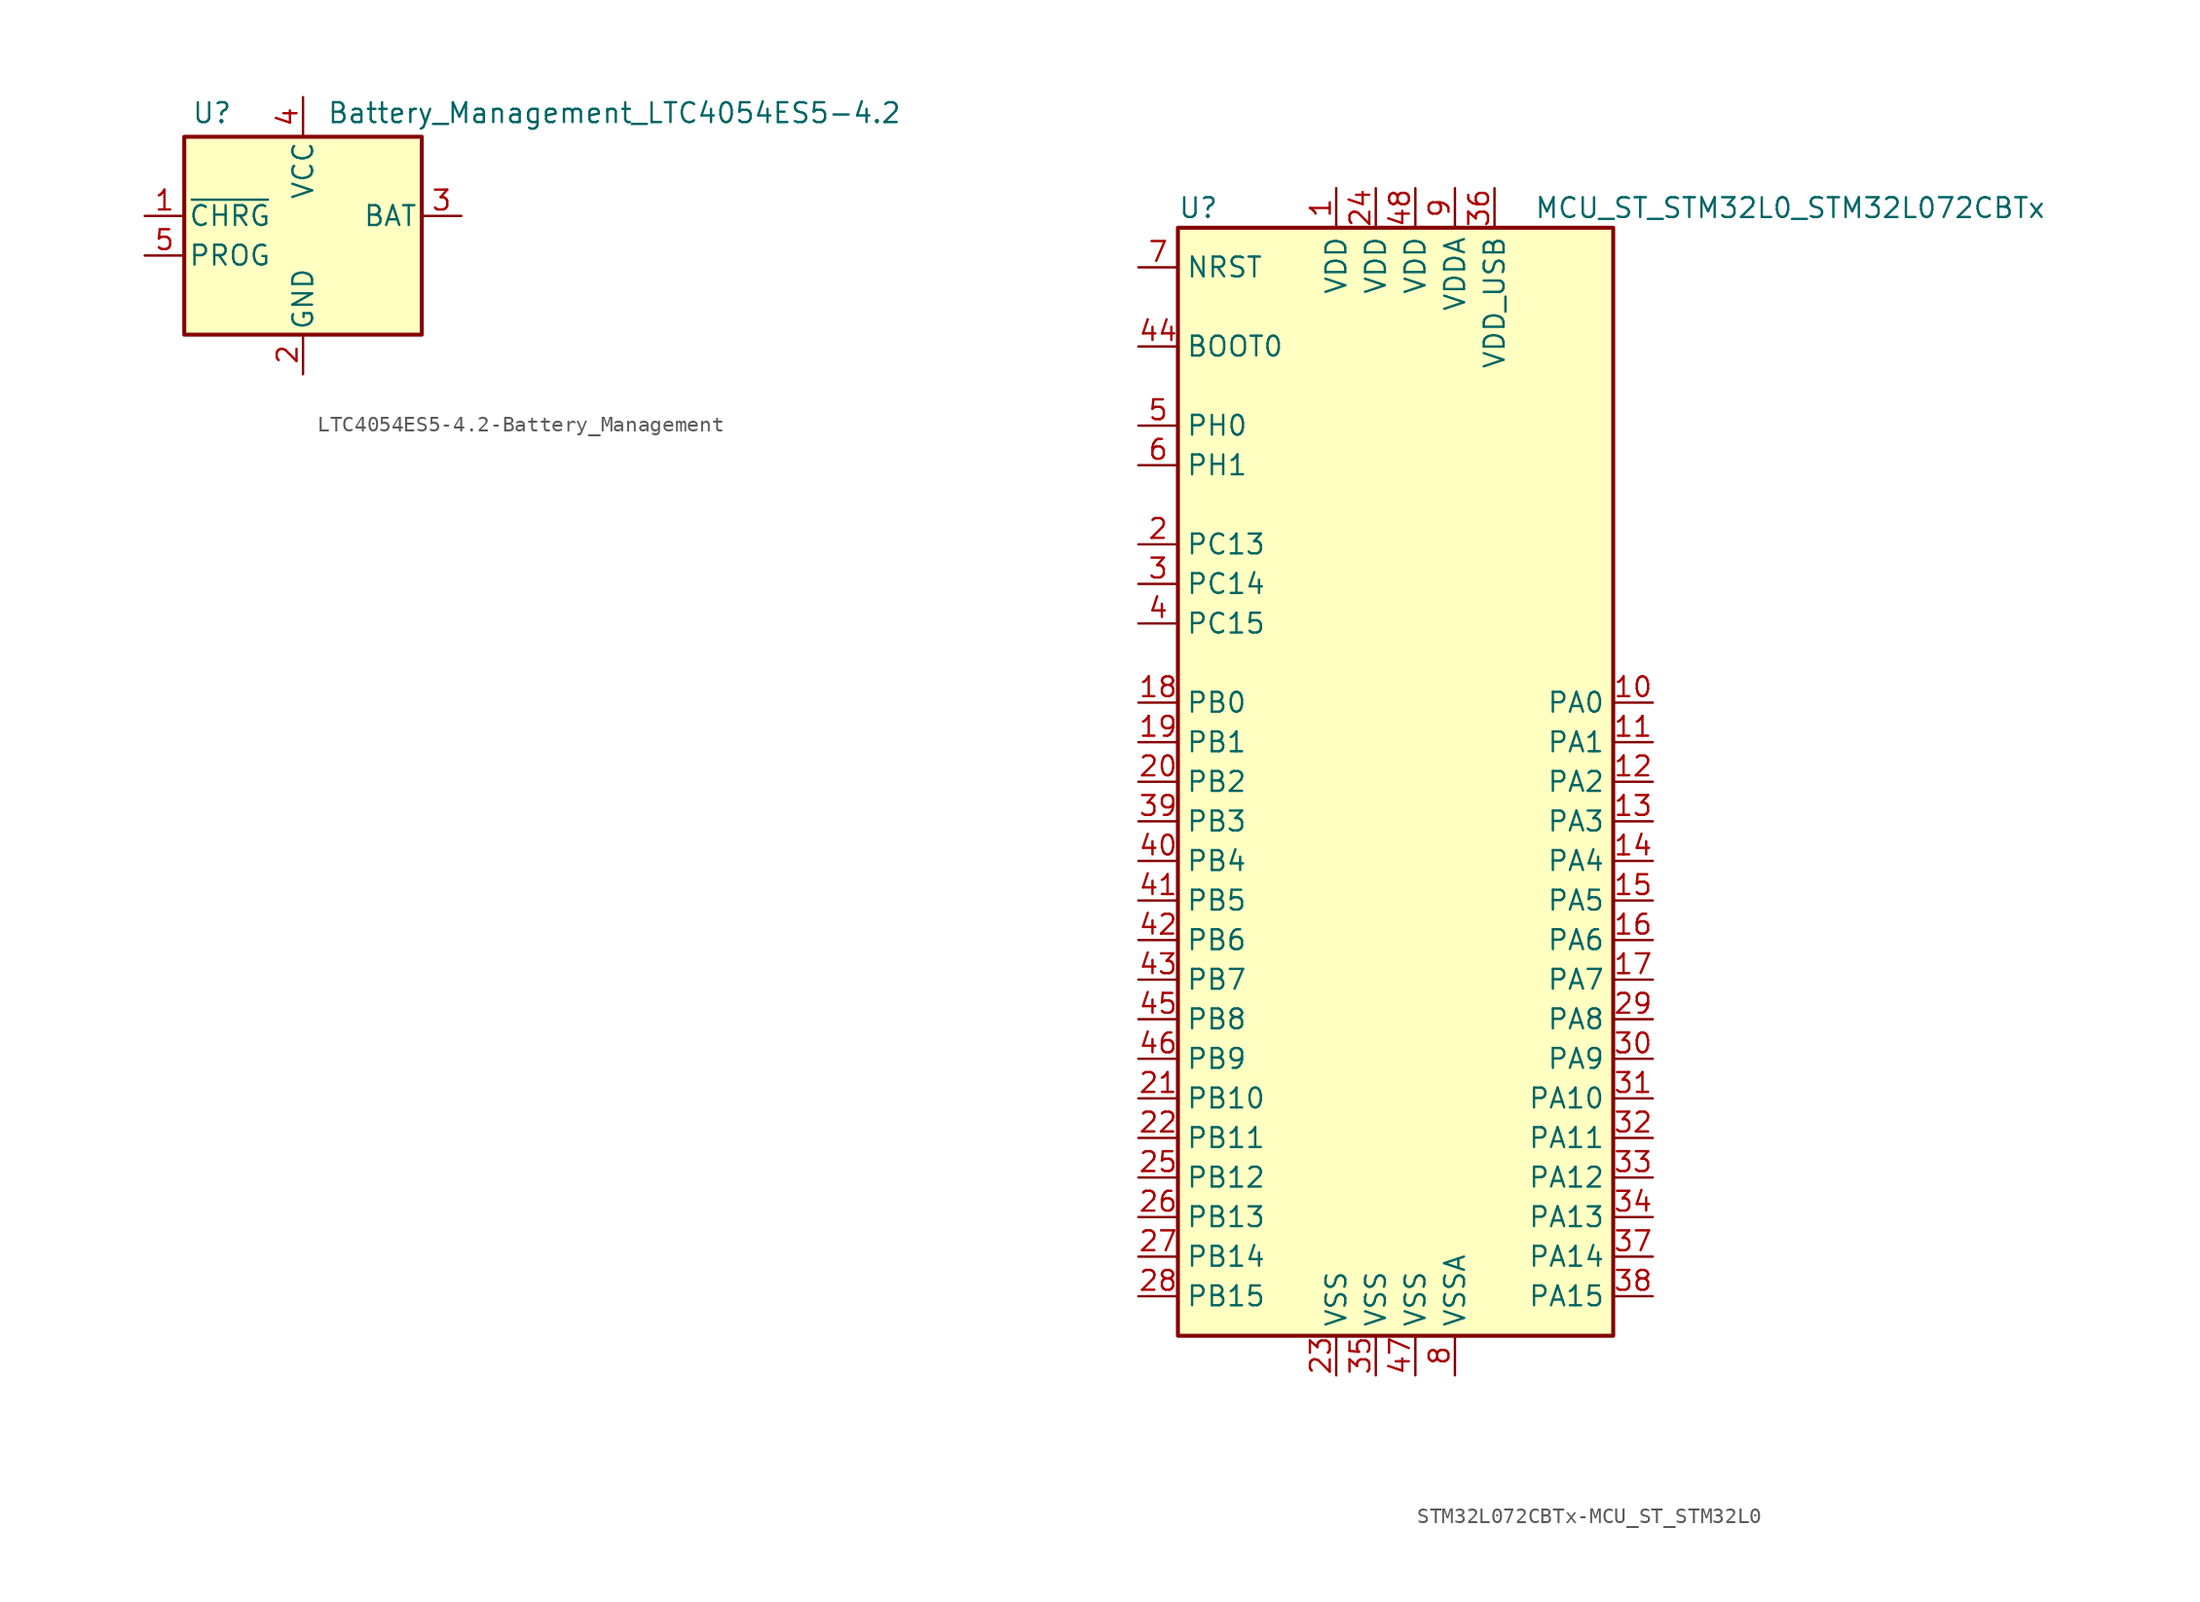
<source format=kicad_sym>
(kicad_symbol_lib
  (version 20220914)
  (generator kicad_symbol_editor)
  (symbol "LTC4054ES5-4.2-Battery_Management"
    (pin_names
      (offset 0.254))
    (property "Reference" "U"
      (at -5.842 6.604 0)
      (effects (font (size 1.27 1.27))))
    (property "Value" "Battery_Management_LTC4054ES5-4.2"
      (at 1.524 6.604 0)
      (effects (font (size 1.27 1.27)) (justify left)))
    (symbol "LTC4054ES5-4.2-Battery_Management_0_1"
      (rectangle (start -7.62 5.08) (end 7.62 -7.62) (stroke (width 0.254) (type solid)) (fill (type background))))
    (symbol "LTC4054ES5-4.2-Battery_Management_1_1"
      (pin open_collector line (at -10.16 0 0) (length 2.54) (name "~{CHRG}" (effects (font (size 1.27 1.27)))) (number "1" (effects (font (size 1.27 1.27)))))
      (pin power_in line (at 0 -10.16 90) (length 2.54) (name "GND" (effects (font (size 1.27 1.27)))) (number "2" (effects (font (size 1.27 1.27)))))
      (pin power_out line (at 10.16 0 180) (length 2.54) (name "BAT" (effects (font (size 1.27 1.27)))) (number "3" (effects (font (size 1.27 1.27)))))
      (pin power_in line (at 0 7.62 270) (length 2.54) (name "VCC" (effects (font (size 1.27 1.27)))) (number "4" (effects (font (size 1.27 1.27)))))
      (pin bidirectional line (at -10.16 -2.54 0) (length 2.54) (name "PROG" (effects (font (size 1.27 1.27)))) (number "5" (effects (font (size 1.27 1.27)))))))
  (symbol "STM32L072CBTx-MCU_ST_STM32L0"
    (property "Reference" "U"
      (at -15.24 36.83 0)
      (effects (font (size 1.27 1.27)) (justify left)))
    (property "Value" "MCU_ST_STM32L0_STM32L072CBTx"
      (at 7.62 36.83 0)
      (effects (font (size 1.27 1.27)) (justify left)))
    (symbol "STM32L072CBTx-MCU_ST_STM32L0_0_1"
      (rectangle (start -15.24 -35.56) (end 12.7 35.56) (stroke (width 0.254) (type solid)) (fill (type background))))
    (symbol "STM32L072CBTx-MCU_ST_STM32L0_1_1"
      (pin power_in line (at -5.08 38.1 270) (length 2.54) (name "VDD" (effects (font (size 1.27 1.27)))) (number "1" (effects (font (size 1.27 1.27)))))
      (pin bidirectional line (at 15.24 5.08 180) (length 2.54) (name "PA0" (effects (font (size 1.27 1.27)))) (number "10" (effects (font (size 1.27 1.27)))))
      (pin bidirectional line (at 15.24 2.54 180) (length 2.54) (name "PA1" (effects (font (size 1.27 1.27)))) (number "11" (effects (font (size 1.27 1.27)))))
      (pin bidirectional line (at 15.24 0 180) (length 2.54) (name "PA2" (effects (font (size 1.27 1.27)))) (number "12" (effects (font (size 1.27 1.27)))))
      (pin bidirectional line (at 15.24 -2.54 180) (length 2.54) (name "PA3" (effects (font (size 1.27 1.27)))) (number "13" (effects (font (size 1.27 1.27)))))
      (pin bidirectional line (at 15.24 -5.08 180) (length 2.54) (name "PA4" (effects (font (size 1.27 1.27)))) (number "14" (effects (font (size 1.27 1.27)))))
      (pin bidirectional line (at 15.24 -7.62 180) (length 2.54) (name "PA5" (effects (font (size 1.27 1.27)))) (number "15" (effects (font (size 1.27 1.27)))))
      (pin bidirectional line (at 15.24 -10.16 180) (length 2.54) (name "PA6" (effects (font (size 1.27 1.27)))) (number "16" (effects (font (size 1.27 1.27)))))
      (pin bidirectional line (at 15.24 -12.7 180) (length 2.54) (name "PA7" (effects (font (size 1.27 1.27)))) (number "17" (effects (font (size 1.27 1.27)))))
      (pin bidirectional line (at -17.78 5.08 0) (length 2.54) (name "PB0" (effects (font (size 1.27 1.27)))) (number "18" (effects (font (size 1.27 1.27)))))
      (pin bidirectional line (at -17.78 2.54 0) (length 2.54) (name "PB1" (effects (font (size 1.27 1.27)))) (number "19" (effects (font (size 1.27 1.27)))))
      (pin bidirectional line (at -17.78 15.24 0) (length 2.54) (name "PC13" (effects (font (size 1.27 1.27)))) (number "2" (effects (font (size 1.27 1.27)))))
      (pin bidirectional line (at -17.78 0 0) (length 2.54) (name "PB2" (effects (font (size 1.27 1.27)))) (number "20" (effects (font (size 1.27 1.27)))))
      (pin bidirectional line (at -17.78 -20.32 0) (length 2.54) (name "PB10" (effects (font (size 1.27 1.27)))) (number "21" (effects (font (size 1.27 1.27)))))
      (pin bidirectional line (at -17.78 -22.86 0) (length 2.54) (name "PB11" (effects (font (size 1.27 1.27)))) (number "22" (effects (font (size 1.27 1.27)))))
      (pin power_in line (at -5.08 -38.1 90) (length 2.54) (name "VSS" (effects (font (size 1.27 1.27)))) (number "23" (effects (font (size 1.27 1.27)))))
      (pin power_in line (at -2.54 38.1 270) (length 2.54) (name "VDD" (effects (font (size 1.27 1.27)))) (number "24" (effects (font (size 1.27 1.27)))))
      (pin bidirectional line (at -17.78 -25.4 0) (length 2.54) (name "PB12" (effects (font (size 1.27 1.27)))) (number "25" (effects (font (size 1.27 1.27)))))
      (pin bidirectional line (at -17.78 -27.94 0) (length 2.54) (name "PB13" (effects (font (size 1.27 1.27)))) (number "26" (effects (font (size 1.27 1.27)))))
      (pin bidirectional line (at -17.78 -30.48 0) (length 2.54) (name "PB14" (effects (font (size 1.27 1.27)))) (number "27" (effects (font (size 1.27 1.27)))))
      (pin bidirectional line (at -17.78 -33.02 0) (length 2.54) (name "PB15" (effects (font (size 1.27 1.27)))) (number "28" (effects (font (size 1.27 1.27)))))
      (pin bidirectional line (at 15.24 -15.24 180) (length 2.54) (name "PA8" (effects (font (size 1.27 1.27)))) (number "29" (effects (font (size 1.27 1.27)))))
      (pin bidirectional line (at -17.78 12.7 0) (length 2.54) (name "PC14" (effects (font (size 1.27 1.27)))) (number "3" (effects (font (size 1.27 1.27)))))
      (pin bidirectional line (at 15.24 -17.78 180) (length 2.54) (name "PA9" (effects (font (size 1.27 1.27)))) (number "30" (effects (font (size 1.27 1.27)))))
      (pin bidirectional line (at 15.24 -20.32 180) (length 2.54) (name "PA10" (effects (font (size 1.27 1.27)))) (number "31" (effects (font (size 1.27 1.27)))))
      (pin bidirectional line (at 15.24 -22.86 180) (length 2.54) (name "PA11" (effects (font (size 1.27 1.27)))) (number "32" (effects (font (size 1.27 1.27)))))
      (pin bidirectional line (at 15.24 -25.4 180) (length 2.54) (name "PA12" (effects (font (size 1.27 1.27)))) (number "33" (effects (font (size 1.27 1.27)))))
      (pin bidirectional line (at 15.24 -27.94 180) (length 2.54) (name "PA13" (effects (font (size 1.27 1.27)))) (number "34" (effects (font (size 1.27 1.27)))))
      (pin power_in line (at -2.54 -38.1 90) (length 2.54) (name "VSS" (effects (font (size 1.27 1.27)))) (number "35" (effects (font (size 1.27 1.27)))))
      (pin power_in line (at 5.08 38.1 270) (length 2.54) (name "VDD_USB" (effects (font (size 1.27 1.27)))) (number "36" (effects (font (size 1.27 1.27)))))
      (pin bidirectional line (at 15.24 -30.48 180) (length 2.54) (name "PA14" (effects (font (size 1.27 1.27)))) (number "37" (effects (font (size 1.27 1.27)))))
      (pin bidirectional line (at 15.24 -33.02 180) (length 2.54) (name "PA15" (effects (font (size 1.27 1.27)))) (number "38" (effects (font (size 1.27 1.27)))))
      (pin bidirectional line (at -17.78 -2.54 0) (length 2.54) (name "PB3" (effects (font (size 1.27 1.27)))) (number "39" (effects (font (size 1.27 1.27)))))
      (pin bidirectional line (at -17.78 10.16 0) (length 2.54) (name "PC15" (effects (font (size 1.27 1.27)))) (number "4" (effects (font (size 1.27 1.27)))))
      (pin bidirectional line (at -17.78 -5.08 0) (length 2.54) (name "PB4" (effects (font (size 1.27 1.27)))) (number "40" (effects (font (size 1.27 1.27)))))
      (pin bidirectional line (at -17.78 -7.62 0) (length 2.54) (name "PB5" (effects (font (size 1.27 1.27)))) (number "41" (effects (font (size 1.27 1.27)))))
      (pin bidirectional line (at -17.78 -10.16 0) (length 2.54) (name "PB6" (effects (font (size 1.27 1.27)))) (number "42" (effects (font (size 1.27 1.27)))))
      (pin bidirectional line (at -17.78 -12.7 0) (length 2.54) (name "PB7" (effects (font (size 1.27 1.27)))) (number "43" (effects (font (size 1.27 1.27)))))
      (pin input line (at -17.78 27.94 0) (length 2.54) (name "BOOT0" (effects (font (size 1.27 1.27)))) (number "44" (effects (font (size 1.27 1.27)))))
      (pin bidirectional line (at -17.78 -15.24 0) (length 2.54) (name "PB8" (effects (font (size 1.27 1.27)))) (number "45" (effects (font (size 1.27 1.27)))))
      (pin bidirectional line (at -17.78 -17.78 0) (length 2.54) (name "PB9" (effects (font (size 1.27 1.27)))) (number "46" (effects (font (size 1.27 1.27)))))
      (pin power_in line (at 0 -38.1 90) (length 2.54) (name "VSS" (effects (font (size 1.27 1.27)))) (number "47" (effects (font (size 1.27 1.27)))))
      (pin power_in line (at 0 38.1 270) (length 2.54) (name "VDD" (effects (font (size 1.27 1.27)))) (number "48" (effects (font (size 1.27 1.27)))))
      (pin input line (at -17.78 22.86 0) (length 2.54) (name "PH0" (effects (font (size 1.27 1.27)))) (number "5" (effects (font (size 1.27 1.27)))))
      (pin input line (at -17.78 20.32 0) (length 2.54) (name "PH1" (effects (font (size 1.27 1.27)))) (number "6" (effects (font (size 1.27 1.27)))))
      (pin input line (at -17.78 33.02 0) (length 2.54) (name "NRST" (effects (font (size 1.27 1.27)))) (number "7" (effects (font (size 1.27 1.27)))))
      (pin power_in line (at 2.54 -38.1 90) (length 2.54) (name "VSSA" (effects (font (size 1.27 1.27)))) (number "8" (effects (font (size 1.27 1.27)))))
      (pin power_in line (at 2.54 38.1 270) (length 2.54) (name "VDDA" (effects (font (size 1.27 1.27)))) (number "9" (effects (font (size 1.27 1.27))))))))
</source>
